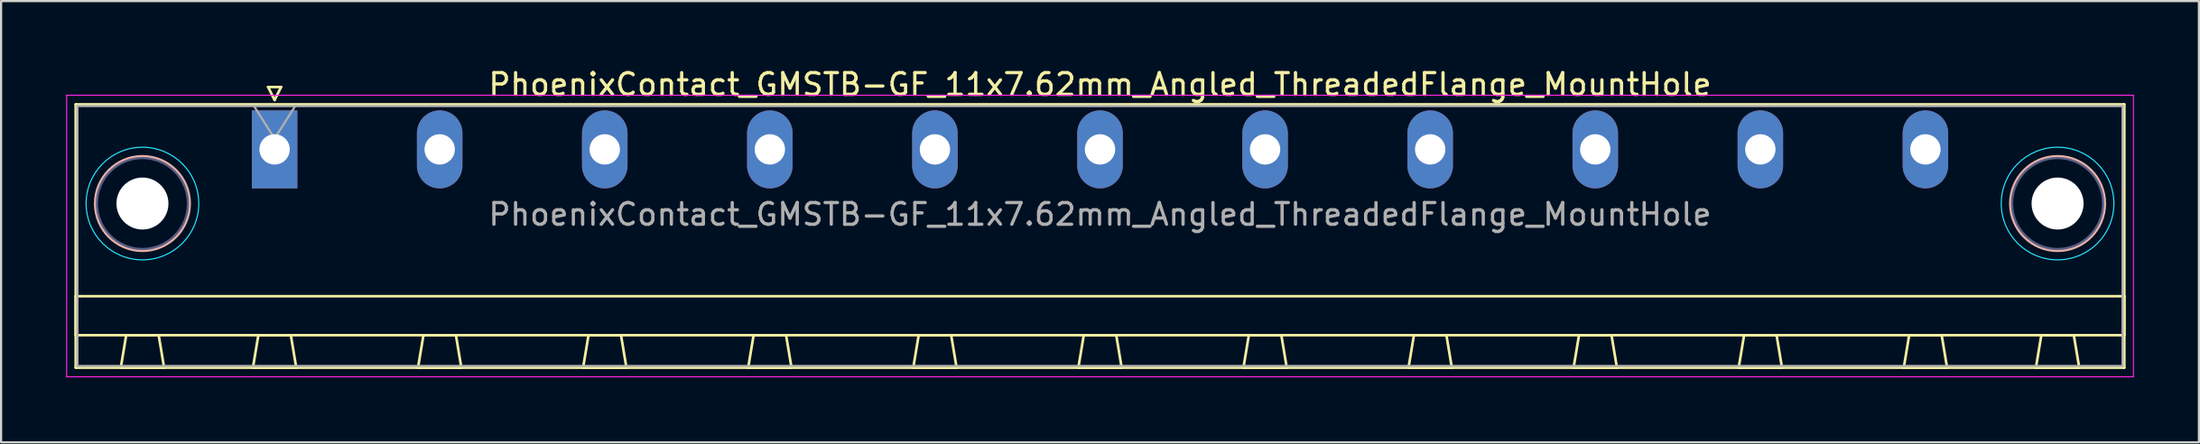
<source format=kicad_pcb>
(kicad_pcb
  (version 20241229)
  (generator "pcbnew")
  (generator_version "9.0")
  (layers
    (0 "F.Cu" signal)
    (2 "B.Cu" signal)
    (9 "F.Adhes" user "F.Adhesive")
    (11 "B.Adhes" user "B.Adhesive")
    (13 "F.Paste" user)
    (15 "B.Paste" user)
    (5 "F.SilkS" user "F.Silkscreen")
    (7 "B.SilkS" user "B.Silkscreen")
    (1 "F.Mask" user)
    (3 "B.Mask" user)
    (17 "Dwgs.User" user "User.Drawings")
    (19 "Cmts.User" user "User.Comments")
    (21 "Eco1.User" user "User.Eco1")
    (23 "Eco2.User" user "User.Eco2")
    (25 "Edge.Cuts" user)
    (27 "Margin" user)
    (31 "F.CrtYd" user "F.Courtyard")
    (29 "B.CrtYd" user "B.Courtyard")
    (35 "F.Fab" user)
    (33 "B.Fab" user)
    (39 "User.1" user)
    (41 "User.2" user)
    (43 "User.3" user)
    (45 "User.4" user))
  (footprint "PhoenixContact_GMSTB-GF_11x7.62mm_Angled_ThreadedFlange_MountHole"
    (layer "F.Cu")
    (at 9.625 3.848)
    (property "Reference" "PhoenixContact_GMSTB-GF_11x7.62mm_Angled_ThreadedFlange_MountHole" (at 38.1 -3 0) (layer "F.SilkS") (effects (font (size 1 1) (thickness 0.15))))
    (attr through_hole)
    (fp_line (start -9.18 -2.08) (end -9.18 10.08) (stroke (width 0.12) (type solid)) (layer "F.SilkS"))
    (fp_line (start -9.18 6.78) (end 85.38 6.78) (stroke (width 0.12) (type solid)) (layer "F.SilkS"))
    (fp_line (start -9.18 8.58) (end -9.18 6.78) (stroke (width 0.12) (type solid)) (layer "F.SilkS"))
    (fp_line (start -9.18 10.08) (end 85.38 10.08) (stroke (width 0.12) (type solid)) (layer "F.SilkS"))
    (fp_line (start -7.1 10.08) (end -5.1 10.08) (stroke (width 0.12) (type solid)) (layer "F.SilkS"))
    (fp_line (start -6.85 8.58) (end -7.1 10.08) (stroke (width 0.12) (type solid)) (layer "F.SilkS"))
    (fp_line (start -5.35 8.58) (end -6.85 8.58) (stroke (width 0.12) (type solid)) (layer "F.SilkS"))
    (fp_line (start -5.1 10.08) (end -5.35 8.58) (stroke (width 0.12) (type solid)) (layer "F.SilkS"))
    (fp_line (start -1 10.08) (end 1 10.08) (stroke (width 0.12) (type solid)) (layer "F.SilkS"))
    (fp_line (start -0.75 8.58) (end -1 10.08) (stroke (width 0.12) (type solid)) (layer "F.SilkS"))
    (fp_line (start -0.3 -2.88) (end 0.3 -2.88) (stroke (width 0.12) (type solid)) (layer "F.SilkS"))
    (fp_line (start 0 -2.28) (end -0.3 -2.88) (stroke (width 0.12) (type solid)) (layer "F.SilkS"))
    (fp_line (start 0.3 -2.88) (end 0 -2.28) (stroke (width 0.12) (type solid)) (layer "F.SilkS"))
    (fp_line (start 0.75 8.58) (end -0.75 8.58) (stroke (width 0.12) (type solid)) (layer "F.SilkS"))
    (fp_line (start 1 10.08) (end 0.75 8.58) (stroke (width 0.12) (type solid)) (layer "F.SilkS"))
    (fp_line (start 6.62 10.08) (end 8.62 10.08) (stroke (width 0.12) (type solid)) (layer "F.SilkS"))
    (fp_line (start 6.87 8.58) (end 6.62 10.08) (stroke (width 0.12) (type solid)) (layer "F.SilkS"))
    (fp_line (start 8.37 8.58) (end 6.87 8.58) (stroke (width 0.12) (type solid)) (layer "F.SilkS"))
    (fp_line (start 8.62 10.08) (end 8.37 8.58) (stroke (width 0.12) (type solid)) (layer "F.SilkS"))
    (fp_line (start 14.24 10.08) (end 16.24 10.08) (stroke (width 0.12) (type solid)) (layer "F.SilkS"))
    (fp_line (start 14.49 8.58) (end 14.24 10.08) (stroke (width 0.12) (type solid)) (layer "F.SilkS"))
    (fp_line (start 15.99 8.58) (end 14.49 8.58) (stroke (width 0.12) (type solid)) (layer "F.SilkS"))
    (fp_line (start 16.24 10.08) (end 15.99 8.58) (stroke (width 0.12) (type solid)) (layer "F.SilkS"))
    (fp_line (start 21.86 10.08) (end 23.86 10.08) (stroke (width 0.12) (type solid)) (layer "F.SilkS"))
    (fp_line (start 22.11 8.58) (end 21.86 10.08) (stroke (width 0.12) (type solid)) (layer "F.SilkS"))
    (fp_line (start 23.61 8.58) (end 22.11 8.58) (stroke (width 0.12) (type solid)) (layer "F.SilkS"))
    (fp_line (start 23.86 10.08) (end 23.61 8.58) (stroke (width 0.12) (type solid)) (layer "F.SilkS"))
    (fp_line (start 29.48 10.08) (end 31.48 10.08) (stroke (width 0.12) (type solid)) (layer "F.SilkS"))
    (fp_line (start 29.73 8.58) (end 29.48 10.08) (stroke (width 0.12) (type solid)) (layer "F.SilkS"))
    (fp_line (start 31.23 8.58) (end 29.73 8.58) (stroke (width 0.12) (type solid)) (layer "F.SilkS"))
    (fp_line (start 31.48 10.08) (end 31.23 8.58) (stroke (width 0.12) (type solid)) (layer "F.SilkS"))
    (fp_line (start 37.1 10.08) (end 39.1 10.08) (stroke (width 0.12) (type solid)) (layer "F.SilkS"))
    (fp_line (start 37.35 8.58) (end 37.1 10.08) (stroke (width 0.12) (type solid)) (layer "F.SilkS"))
    (fp_line (start 38.85 8.58) (end 37.35 8.58) (stroke (width 0.12) (type solid)) (layer "F.SilkS"))
    (fp_line (start 39.1 10.08) (end 38.85 8.58) (stroke (width 0.12) (type solid)) (layer "F.SilkS"))
    (fp_line (start 44.72 10.08) (end 46.72 10.08) (stroke (width 0.12) (type solid)) (layer "F.SilkS"))
    (fp_line (start 44.97 8.58) (end 44.72 10.08) (stroke (width 0.12) (type solid)) (layer "F.SilkS"))
    (fp_line (start 46.47 8.58) (end 44.97 8.58) (stroke (width 0.12) (type solid)) (layer "F.SilkS"))
    (fp_line (start 46.72 10.08) (end 46.47 8.58) (stroke (width 0.12) (type solid)) (layer "F.SilkS"))
    (fp_line (start 52.34 10.08) (end 54.34 10.08) (stroke (width 0.12) (type solid)) (layer "F.SilkS"))
    (fp_line (start 52.59 8.58) (end 52.34 10.08) (stroke (width 0.12) (type solid)) (layer "F.SilkS"))
    (fp_line (start 54.09 8.58) (end 52.59 8.58) (stroke (width 0.12) (type solid)) (layer "F.SilkS"))
    (fp_line (start 54.34 10.08) (end 54.09 8.58) (stroke (width 0.12) (type solid)) (layer "F.SilkS"))
    (fp_line (start 59.96 10.08) (end 61.96 10.08) (stroke (width 0.12) (type solid)) (layer "F.SilkS"))
    (fp_line (start 60.21 8.58) (end 59.96 10.08) (stroke (width 0.12) (type solid)) (layer "F.SilkS"))
    (fp_line (start 61.71 8.58) (end 60.21 8.58) (stroke (width 0.12) (type solid)) (layer "F.SilkS"))
    (fp_line (start 61.96 10.08) (end 61.71 8.58) (stroke (width 0.12) (type solid)) (layer "F.SilkS"))
    (fp_line (start 67.58 10.08) (end 69.58 10.08) (stroke (width 0.12) (type solid)) (layer "F.SilkS"))
    (fp_line (start 67.83 8.58) (end 67.58 10.08) (stroke (width 0.12) (type solid)) (layer "F.SilkS"))
    (fp_line (start 69.33 8.58) (end 67.83 8.58) (stroke (width 0.12) (type solid)) (layer "F.SilkS"))
    (fp_line (start 69.58 10.08) (end 69.33 8.58) (stroke (width 0.12) (type solid)) (layer "F.SilkS"))
    (fp_line (start 75.2 10.08) (end 77.2 10.08) (stroke (width 0.12) (type solid)) (layer "F.SilkS"))
    (fp_line (start 75.45 8.58) (end 75.2 10.08) (stroke (width 0.12) (type solid)) (layer "F.SilkS"))
    (fp_line (start 76.95 8.58) (end 75.45 8.58) (stroke (width 0.12) (type solid)) (layer "F.SilkS"))
    (fp_line (start 77.2 10.08) (end 76.95 8.58) (stroke (width 0.12) (type solid)) (layer "F.SilkS"))
    (fp_line (start 81.3 10.08) (end 83.3 10.08) (stroke (width 0.12) (type solid)) (layer "F.SilkS"))
    (fp_line (start 81.55 8.58) (end 81.3 10.08) (stroke (width 0.12) (type solid)) (layer "F.SilkS"))
    (fp_line (start 83.05 8.58) (end 81.55 8.58) (stroke (width 0.12) (type solid)) (layer "F.SilkS"))
    (fp_line (start 83.3 10.08) (end 83.05 8.58) (stroke (width 0.12) (type solid)) (layer "F.SilkS"))
    (fp_line (start 85.38 -2.08) (end -9.18 -2.08) (stroke (width 0.12) (type solid)) (layer "F.SilkS"))
    (fp_line (start 85.38 6.78) (end 85.38 8.58) (stroke (width 0.12) (type solid)) (layer "F.SilkS"))
    (fp_line (start 85.38 8.58) (end -9.18 8.58) (stroke (width 0.12) (type solid)) (layer "F.SilkS"))
    (fp_line (start 85.38 10.08) (end 85.38 -2.08) (stroke (width 0.12) (type solid)) (layer "F.SilkS"))
    (fp_circle (center -6.1 2.5) (end -3.92 2.5) (stroke (width 0.12) (type solid)) (fill no) (layer "B.SilkS"))
    (fp_circle (center 82.3 2.5) (end 84.48 2.5) (stroke (width 0.12) (type solid)) (fill no) (layer "B.SilkS"))
    (fp_circle (center -6.1 2.5) (end -3.5 2.5) (stroke (width 0.05) (type solid)) (fill no) (layer "B.CrtYd"))
    (fp_circle (center 82.3 2.5) (end 84.9 2.5) (stroke (width 0.05) (type solid)) (fill no) (layer "B.CrtYd"))
    (fp_line (start -9.6 -2.5) (end -9.6 10.5) (stroke (width 0.05) (type solid)) (layer "F.CrtYd"))
    (fp_line (start -9.6 10.5) (end 85.8 10.5) (stroke (width 0.05) (type solid)) (layer "F.CrtYd"))
    (fp_line (start 85.8 -2.5) (end -9.6 -2.5) (stroke (width 0.05) (type solid)) (layer "F.CrtYd"))
    (fp_line (start 85.8 10.5) (end 85.8 -2.5) (stroke (width 0.05) (type solid)) (layer "F.CrtYd"))
    (fp_circle (center -6.1 2.5) (end -4 2.5) (stroke (width 0.1) (type solid)) (fill no) (layer "B.Fab"))
    (fp_circle (center 82.3 2.5) (end 84.4 2.5) (stroke (width 0.1) (type solid)) (fill no) (layer "B.Fab"))
    (fp_line (start -9.1 -2) (end -9.1 10) (stroke (width 0.1) (type solid)) (layer "F.Fab"))
    (fp_line (start -9.1 10) (end 85.3 10) (stroke (width 0.1) (type solid)) (layer "F.Fab"))
    (fp_line (start 0 -0.5) (end -0.95 -2) (stroke (width 0.1) (type solid)) (layer "F.Fab"))
    (fp_line (start 0.95 -2) (end 0 -0.5) (stroke (width 0.1) (type solid)) (layer "F.Fab"))
    (fp_line (start 85.3 -2) (end -9.1 -2) (stroke (width 0.1) (type solid)) (layer "F.Fab"))
    (fp_line (start 85.3 10) (end 85.3 -2) (stroke (width 0.1) (type solid)) (layer "F.Fab"))
    (fp_text user "${REFERENCE}" (at 38.1 3 0) (layer "F.Fab") (effects (font (size 1 1) (thickness 0.15))))
    (pad "" np_thru_hole circle (at -6.1 2.5) (size 2.4 2.4) (drill 2.4) (layers "*.Cu" "*.Mask"))
    (pad "" np_thru_hole circle (at 82.3 2.5) (size 2.4 2.4) (drill 2.4) (layers "*.Cu" "*.Mask"))
    (pad "1" thru_hole rect (at 0 0) (size 2.1 3.6) (drill 1.4) (layers "*.Cu" "*.Mask"))
    (pad "2" thru_hole oval (at 7.62 0) (size 2.1 3.6) (drill 1.4) (layers "*.Cu" "*.Mask"))
    (pad "3" thru_hole oval (at 15.24 0) (size 2.1 3.6) (drill 1.4) (layers "*.Cu" "*.Mask"))
    (pad "4" thru_hole oval (at 22.86 0) (size 2.1 3.6) (drill 1.4) (layers "*.Cu" "*.Mask"))
    (pad "5" thru_hole oval (at 30.48 0) (size 2.1 3.6) (drill 1.4) (layers "*.Cu" "*.Mask"))
    (pad "6" thru_hole oval (at 38.1 0) (size 2.1 3.6) (drill 1.4) (layers "*.Cu" "*.Mask"))
    (pad "7" thru_hole oval (at 45.72 0) (size 2.1 3.6) (drill 1.4) (layers "*.Cu" "*.Mask"))
    (pad "8" thru_hole oval (at 53.34 0) (size 2.1 3.6) (drill 1.4) (layers "*.Cu" "*.Mask"))
    (pad "9" thru_hole oval (at 60.96 0) (size 2.1 3.6) (drill 1.4) (layers "*.Cu" "*.Mask"))
    (pad "10" thru_hole oval (at 68.58 0) (size 2.1 3.6) (drill 1.4) (layers "*.Cu" "*.Mask"))
    (pad "11" thru_hole oval (at 76.2 0) (size 2.1 3.6) (drill 1.4) (layers "*.Cu" "*.Mask")))
  (gr_rect
    (start -3 -3)
    (end 98.45 17.373)
    (stroke (width 0.1) (type default))
    (fill no)
    (layer "Edge.Cuts")))
</source>
